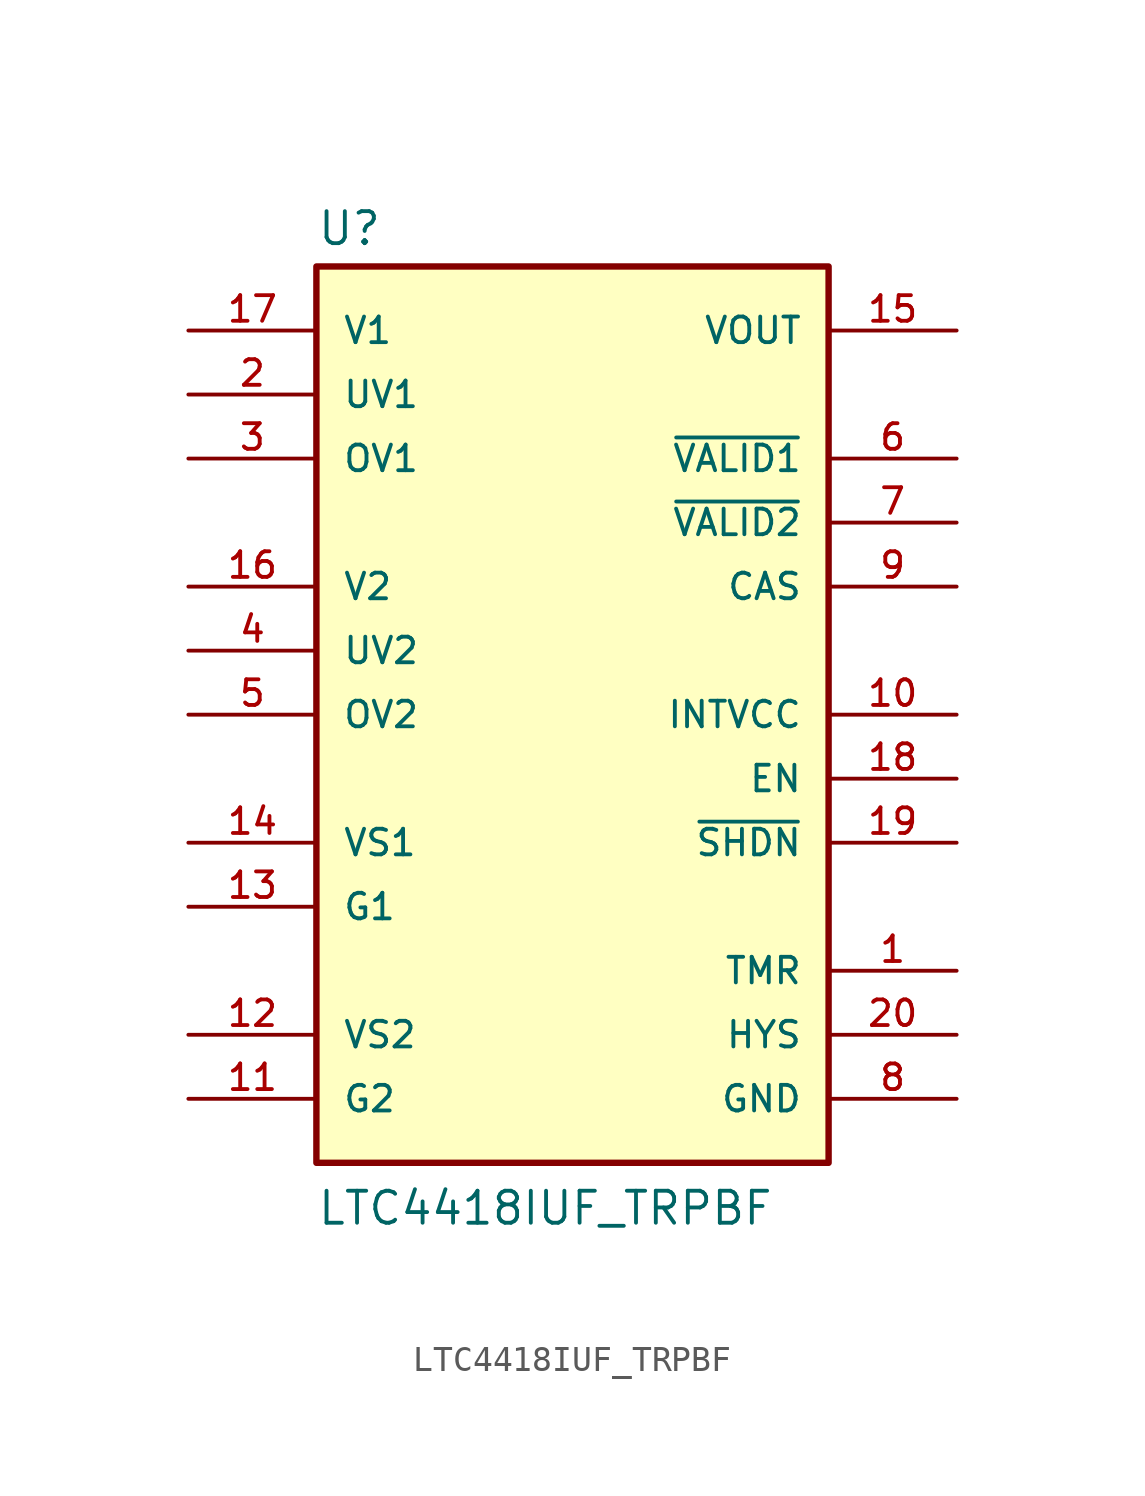
<source format=kicad_sym>
(kicad_symbol_lib
  (version 20211014)
  (generator kicad_symbol_editor)
  (symbol "LTC4418IUF_TRPBF"
    (pin_names
      (offset 1.016))
    (property "Reference" "U"
      (at -10.16 18.542 0)
      (effects (font (size 1.27 1.27)) (justify bottom left)))
    (property "Value" "LTC4418IUF_TRPBF"
      (at -10.16 -20.32 0)
      (effects (font (size 1.27 1.27)) (justify bottom left)))
    (symbol "LTC4418IUF_TRPBF_0_0"
      (rectangle (start -10.16 -17.78) (end 10.16 17.78) (stroke (width 0.254)) (fill (type background)))
      (pin power_in line (at -15.24 15.24 0) (length 5.08) (name "V1" (effects (font (size 1.016 1.016)))) (number "17" (effects (font (size 1.016 1.016)))))
      (pin input line (at -15.24 12.7 0) (length 5.08) (name "UV1" (effects (font (size 1.016 1.016)))) (number "2" (effects (font (size 1.016 1.016)))))
      (pin input line (at -15.24 10.16 0) (length 5.08) (name "OV1" (effects (font (size 1.016 1.016)))) (number "3" (effects (font (size 1.016 1.016)))))
      (pin power_in line (at -15.24 5.08 0) (length 5.08) (name "V2" (effects (font (size 1.016 1.016)))) (number "16" (effects (font (size 1.016 1.016)))))
      (pin input line (at -15.24 2.54 0) (length 5.08) (name "UV2" (effects (font (size 1.016 1.016)))) (number "4" (effects (font (size 1.016 1.016)))))
      (pin input line (at -15.24 0.0 0) (length 5.08) (name "OV2" (effects (font (size 1.016 1.016)))) (number "5" (effects (font (size 1.016 1.016)))))
      (pin output line (at 15.24 15.24 180.0) (length 5.08) (name "VOUT" (effects (font (size 1.016 1.016)))) (number "15" (effects (font (size 1.016 1.016)))))
      (pin output line (at 15.24 10.16 180.0) (length 5.08) (name "~{VALID1}" (effects (font (size 1.016 1.016)))) (number "6" (effects (font (size 1.016 1.016)))))
      (pin output line (at 15.24 7.62 180.0) (length 5.08) (name "~{VALID2}" (effects (font (size 1.016 1.016)))) (number "7" (effects (font (size 1.016 1.016)))))
      (pin output line (at 15.24 5.08 180.0) (length 5.08) (name "CAS" (effects (font (size 1.016 1.016)))) (number "9" (effects (font (size 1.016 1.016)))))
      (pin output line (at 15.24 0.0 180.0) (length 5.08) (name "INTVCC" (effects (font (size 1.016 1.016)))) (number "10" (effects (font (size 1.016 1.016)))))
      (pin input line (at 15.24 -2.54 180.0) (length 5.08) (name "EN" (effects (font (size 1.016 1.016)))) (number "18" (effects (font (size 1.016 1.016)))))
      (pin power_in line (at -15.24 -5.08 0) (length 5.08) (name "VS1" (effects (font (size 1.016 1.016)))) (number "14" (effects (font (size 1.016 1.016)))))
      (pin output line (at -15.24 -7.62 0) (length 5.08) (name "G1" (effects (font (size 1.016 1.016)))) (number "13" (effects (font (size 1.016 1.016)))))
      (pin input line (at 15.24 -5.08 180.0) (length 5.08) (name "~{SHDN}" (effects (font (size 1.016 1.016)))) (number "19" (effects (font (size 1.016 1.016)))))
      (pin input line (at 15.24 -10.16 180.0) (length 5.08) (name "TMR" (effects (font (size 1.016 1.016)))) (number "1" (effects (font (size 1.016 1.016)))))
      (pin input line (at 15.24 -12.7 180.0) (length 5.08) (name "HYS" (effects (font (size 1.016 1.016)))) (number "20" (effects (font (size 1.016 1.016)))))
      (pin power_in line (at 15.24 -15.24 180.0) (length 5.08) (name "GND" (effects (font (size 1.016 1.016)))) (number "8" (effects (font (size 1.016 1.016)))))
      (pin power_in line (at 15.24 -15.24 180.0) (length 5.08) hide (name "GND" (effects (font (size 1.016 1.016)))) (number "21" (effects (font (size 1.016 1.016)))))
      (pin power_in line (at -15.24 -12.7 0) (length 5.08) (name "VS2" (effects (font (size 1.016 1.016)))) (number "12" (effects (font (size 1.016 1.016)))))
      (pin output line (at -15.24 -15.24 0) (length 5.08) (name "G2" (effects (font (size 1.016 1.016)))) (number "11" (effects (font (size 1.016 1.016))))))))
</source>
